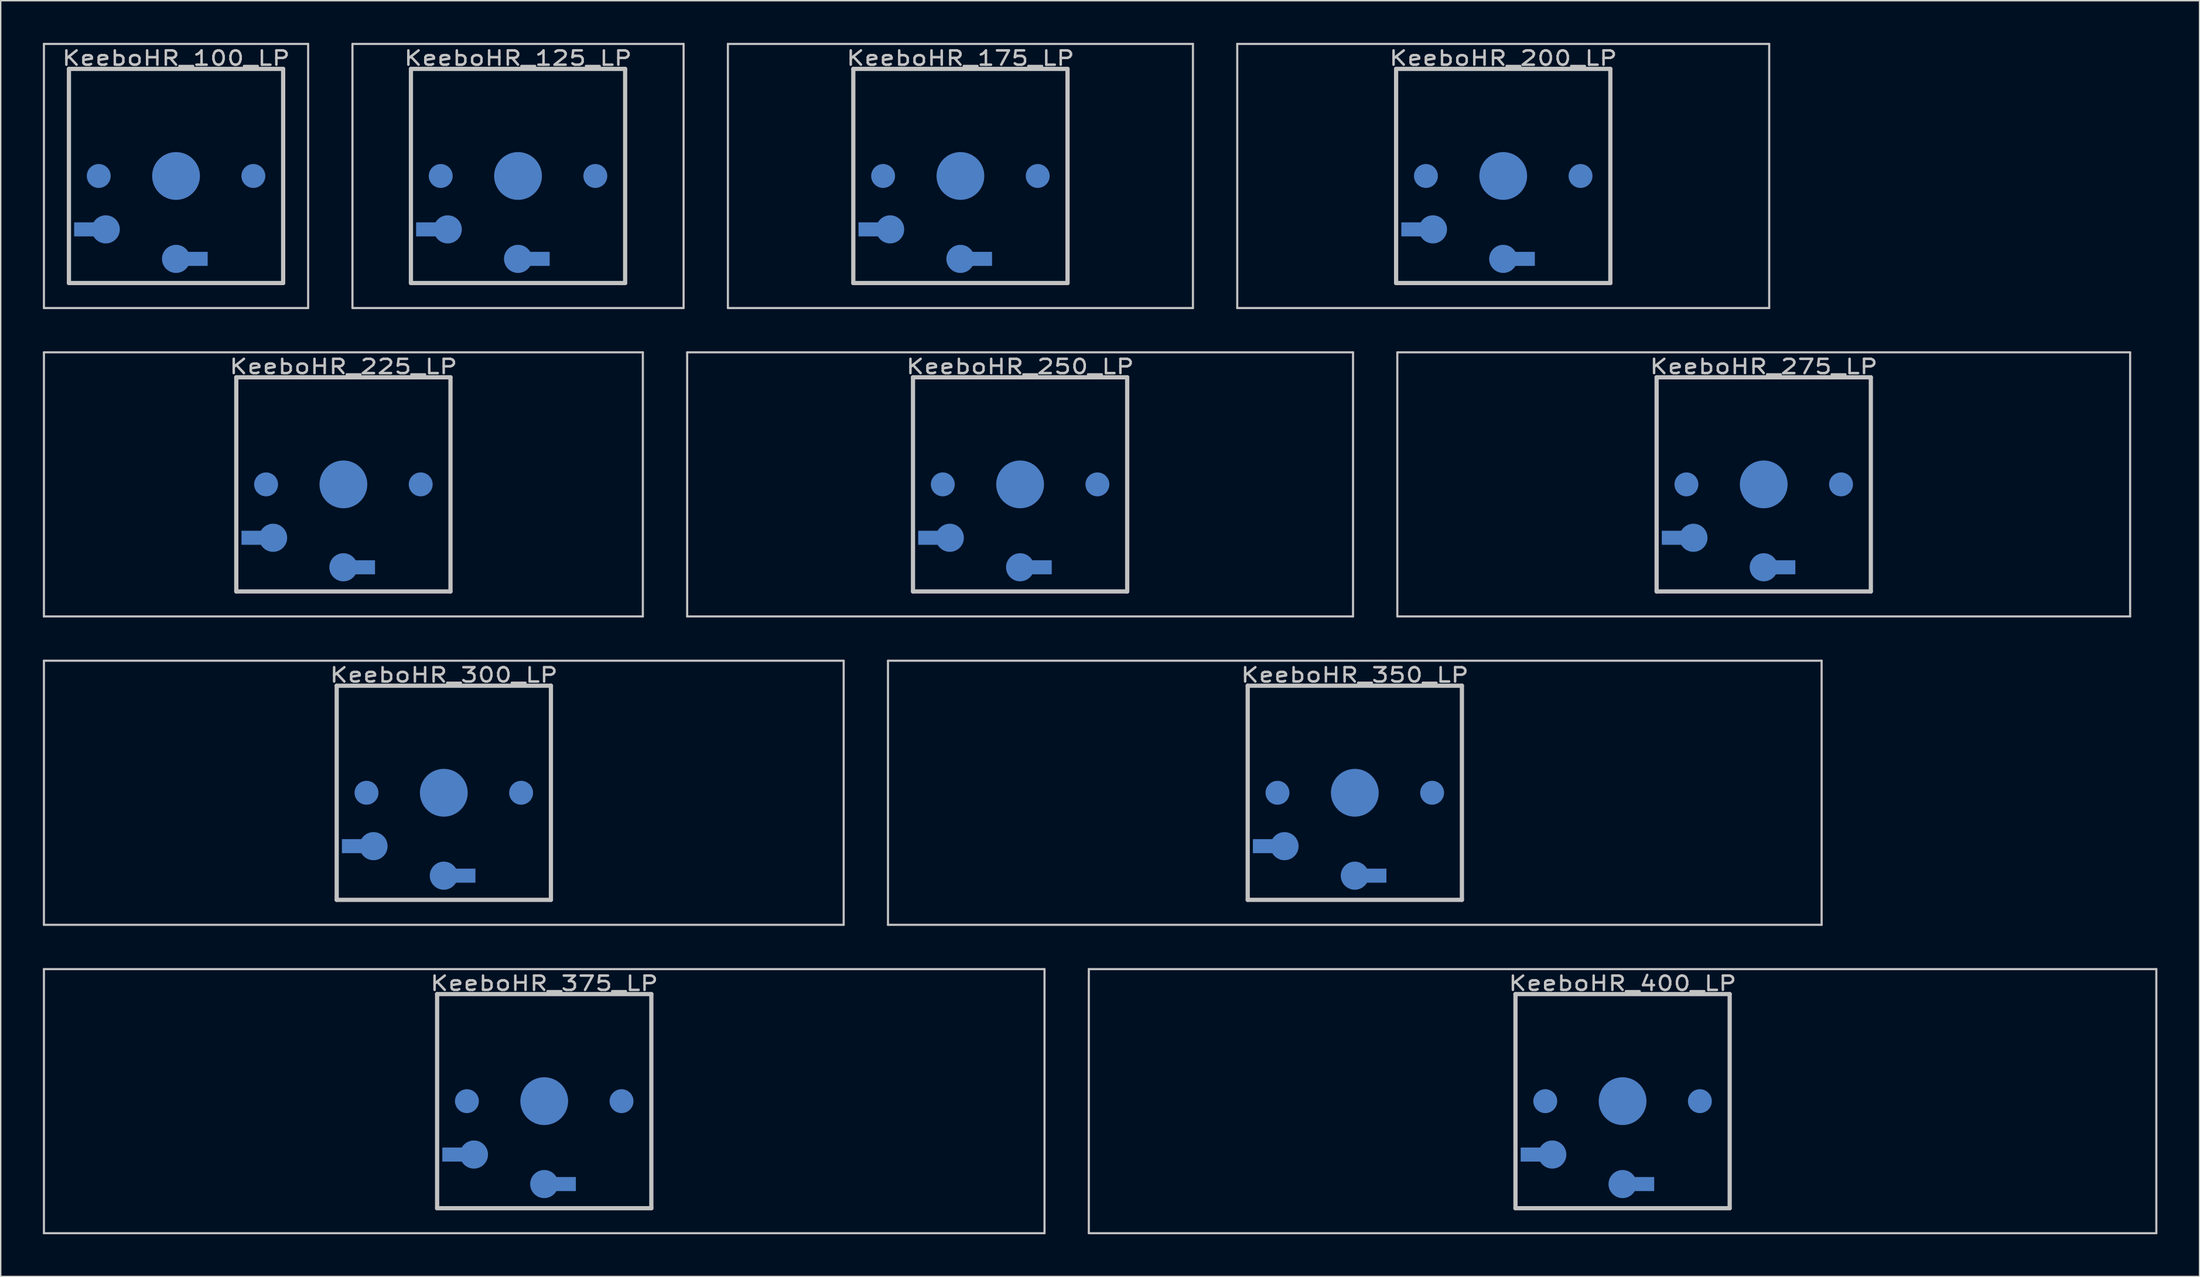
<source format=kicad_pcb>
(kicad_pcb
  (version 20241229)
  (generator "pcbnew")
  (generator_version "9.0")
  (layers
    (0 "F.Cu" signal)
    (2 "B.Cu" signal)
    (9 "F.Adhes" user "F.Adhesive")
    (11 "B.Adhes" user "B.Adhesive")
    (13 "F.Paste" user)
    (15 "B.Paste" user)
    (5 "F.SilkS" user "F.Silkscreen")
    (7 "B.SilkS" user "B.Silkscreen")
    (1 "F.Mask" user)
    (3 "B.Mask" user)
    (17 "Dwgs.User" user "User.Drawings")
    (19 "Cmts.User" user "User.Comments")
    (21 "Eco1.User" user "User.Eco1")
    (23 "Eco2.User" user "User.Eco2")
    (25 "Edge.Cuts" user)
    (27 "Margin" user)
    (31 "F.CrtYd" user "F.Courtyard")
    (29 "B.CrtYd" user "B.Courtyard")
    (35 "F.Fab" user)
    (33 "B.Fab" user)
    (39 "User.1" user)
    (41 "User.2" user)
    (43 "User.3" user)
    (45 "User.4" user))
  (footprint "KeeboHR_350_LP"
    (layer "B.Cu")
    (at 93.335 53.371)
    (property "Reference" "KeeboHR_350_LP" (at 0 -8.382 0) (layer "Dwgs.User") (effects (font (size 1.016 1.27) (thickness 0.178))))
    (attr through_hole)
    (fp_line (start -33.211 -9.398) (end 33.211 -9.398) (stroke (width 0.152) (type solid)) (layer "Dwgs.User"))
    (fp_line (start -33.211 9.398) (end -33.211 -9.398) (stroke (width 0.152) (type solid)) (layer "Dwgs.User"))
    (fp_line (start -7.62 -7.62) (end 7.62 -7.62) (stroke (width 0.3) (type solid)) (layer "Dwgs.User"))
    (fp_line (start -7.62 7.62) (end -7.62 -7.62) (stroke (width 0.3) (type solid)) (layer "Dwgs.User"))
    (fp_line (start 7.62 -7.62) (end 7.62 7.62) (stroke (width 0.3) (type solid)) (layer "Dwgs.User"))
    (fp_line (start 7.62 7.62) (end -7.62 7.62) (stroke (width 0.3) (type solid)) (layer "Dwgs.User"))
    (fp_line (start 33.211 -9.398) (end 33.211 9.398) (stroke (width 0.152) (type solid)) (layer "Dwgs.User"))
    (fp_line (start 33.211 9.398) (end -33.211 9.398) (stroke (width 0.152) (type solid)) (layer "Dwgs.User"))
    (pad "" smd circle (at -5.5 0) (size 1.7 1.7) (layers "B.Cu" "B.Mask"))
    (pad "" smd circle (at 0 0) (size 3.4 3.4) (layers "B.Cu" "B.Mask"))
    (pad "" smd circle (at 5.5 0) (size 1.7 1.7) (layers "B.Cu" "B.Mask"))
    (pad "1" smd circle (at 0 5.9) (size 2 2) (layers "B.Cu" "B.Mask"))
    (pad "1" smd rect (at 1.25 5.9) (size 2 1) (layers "B.Cu" "B.Mask"))
    (pad "2" smd rect (at -6.25 3.8) (size 2 1) (layers "B.Cu" "B.Mask"))
    (pad "2" smd circle (at -5 3.8) (size 2 2) (layers "B.Cu" "B.Mask")))
  (footprint "KeeboHR_275_LP"
    (layer "B.Cu")
    (at 122.427 31.423)
    (property "Reference" "KeeboHR_275_LP" (at 0 -8.382 0) (layer "Dwgs.User") (effects (font (size 1.016 1.27) (thickness 0.178))))
    (attr through_hole)
    (fp_line (start -26.067 -9.398) (end 26.067 -9.398) (stroke (width 0.152) (type solid)) (layer "Dwgs.User"))
    (fp_line (start -26.067 9.398) (end -26.067 -9.398) (stroke (width 0.152) (type solid)) (layer "Dwgs.User"))
    (fp_line (start -7.62 -7.62) (end 7.62 -7.62) (stroke (width 0.3) (type solid)) (layer "Dwgs.User"))
    (fp_line (start -7.62 7.62) (end -7.62 -7.62) (stroke (width 0.3) (type solid)) (layer "Dwgs.User"))
    (fp_line (start 7.62 -7.62) (end 7.62 7.62) (stroke (width 0.3) (type solid)) (layer "Dwgs.User"))
    (fp_line (start 7.62 7.62) (end -7.62 7.62) (stroke (width 0.3) (type solid)) (layer "Dwgs.User"))
    (fp_line (start 26.067 -9.398) (end 26.067 9.398) (stroke (width 0.152) (type solid)) (layer "Dwgs.User"))
    (fp_line (start 26.067 9.398) (end -26.067 9.398) (stroke (width 0.152) (type solid)) (layer "Dwgs.User"))
    (pad "" smd circle (at -5.5 0) (size 1.7 1.7) (layers "B.Cu" "B.Mask"))
    (pad "" smd circle (at 0 0) (size 3.4 3.4) (layers "B.Cu" "B.Mask"))
    (pad "" smd circle (at 5.5 0) (size 1.7 1.7) (layers "B.Cu" "B.Mask"))
    (pad "1" smd circle (at 0 5.9) (size 2 2) (layers "B.Cu" "B.Mask"))
    (pad "1" smd rect (at 1.25 5.9) (size 2 1) (layers "B.Cu" "B.Mask"))
    (pad "2" smd rect (at -6.25 3.8) (size 2 1) (layers "B.Cu" "B.Mask"))
    (pad "2" smd circle (at -5 3.8) (size 2 2) (layers "B.Cu" "B.Mask")))
  (footprint "KeeboHR_250_LP"
    (layer "B.Cu")
    (at 69.523 31.423)
    (property "Reference" "KeeboHR_250_LP" (at 0 -8.382 0) (layer "Dwgs.User") (effects (font (size 1.016 1.27) (thickness 0.178))))
    (attr through_hole)
    (fp_line (start -23.686 -9.398) (end 23.686 -9.398) (stroke (width 0.152) (type solid)) (layer "Dwgs.User"))
    (fp_line (start -23.686 9.398) (end -23.686 -9.398) (stroke (width 0.152) (type solid)) (layer "Dwgs.User"))
    (fp_line (start -7.62 -7.62) (end 7.62 -7.62) (stroke (width 0.3) (type solid)) (layer "Dwgs.User"))
    (fp_line (start -7.62 7.62) (end -7.62 -7.62) (stroke (width 0.3) (type solid)) (layer "Dwgs.User"))
    (fp_line (start 7.62 -7.62) (end 7.62 7.62) (stroke (width 0.3) (type solid)) (layer "Dwgs.User"))
    (fp_line (start 7.62 7.62) (end -7.62 7.62) (stroke (width 0.3) (type solid)) (layer "Dwgs.User"))
    (fp_line (start 23.686 -9.398) (end 23.686 9.398) (stroke (width 0.152) (type solid)) (layer "Dwgs.User"))
    (fp_line (start 23.686 9.398) (end -23.686 9.398) (stroke (width 0.152) (type solid)) (layer "Dwgs.User"))
    (pad "" smd circle (at -5.5 0) (size 1.7 1.7) (layers "B.Cu" "B.Mask"))
    (pad "" smd circle (at 0 0) (size 3.4 3.4) (layers "B.Cu" "B.Mask"))
    (pad "" smd circle (at 5.5 0) (size 1.7 1.7) (layers "B.Cu" "B.Mask"))
    (pad "1" smd circle (at 0 5.9) (size 2 2) (layers "B.Cu" "B.Mask"))
    (pad "1" smd rect (at 1.25 5.9) (size 2 1) (layers "B.Cu" "B.Mask"))
    (pad "2" smd rect (at -6.25 3.8) (size 2 1) (layers "B.Cu" "B.Mask"))
    (pad "2" smd circle (at -5 3.8) (size 2 2) (layers "B.Cu" "B.Mask")))
  (footprint "KeeboHR_125_LP"
    (layer "B.Cu")
    (at 33.804 9.474)
    (property "Reference" "KeeboHR_125_LP" (at 0 -8.382 0) (layer "Dwgs.User") (effects (font (size 1.016 1.27) (thickness 0.178))))
    (attr through_hole)
    (fp_line (start -11.779 -9.398) (end 11.779 -9.398) (stroke (width 0.152) (type solid)) (layer "Dwgs.User"))
    (fp_line (start -11.779 9.398) (end -11.779 -9.398) (stroke (width 0.152) (type solid)) (layer "Dwgs.User"))
    (fp_line (start -7.62 -7.62) (end 7.62 -7.62) (stroke (width 0.3) (type solid)) (layer "Dwgs.User"))
    (fp_line (start -7.62 7.62) (end -7.62 -7.62) (stroke (width 0.3) (type solid)) (layer "Dwgs.User"))
    (fp_line (start 7.62 -7.62) (end 7.62 7.62) (stroke (width 0.3) (type solid)) (layer "Dwgs.User"))
    (fp_line (start 7.62 7.62) (end -7.62 7.62) (stroke (width 0.3) (type solid)) (layer "Dwgs.User"))
    (fp_line (start 11.779 -9.398) (end 11.779 9.398) (stroke (width 0.152) (type solid)) (layer "Dwgs.User"))
    (fp_line (start 11.779 9.398) (end -11.779 9.398) (stroke (width 0.152) (type solid)) (layer "Dwgs.User"))
    (pad "" smd circle (at -5.5 0) (size 1.7 1.7) (layers "B.Cu" "B.Mask"))
    (pad "" smd circle (at 0 0) (size 3.4 3.4) (layers "B.Cu" "B.Mask"))
    (pad "" smd circle (at 5.5 0) (size 1.7 1.7) (layers "B.Cu" "B.Mask"))
    (pad "1" smd circle (at 0 5.9) (size 2 2) (layers "B.Cu" "B.Mask"))
    (pad "1" smd rect (at 1.25 5.9) (size 2 1) (layers "B.Cu" "B.Mask"))
    (pad "2" smd rect (at -6.25 3.8) (size 2 1) (layers "B.Cu" "B.Mask"))
    (pad "2" smd circle (at -5 3.8) (size 2 2) (layers "B.Cu" "B.Mask")))
  (footprint "KeeboHR_375_LP"
    (layer "B.Cu")
    (at 35.668 75.319)
    (property "Reference" "KeeboHR_375_LP" (at 0 -8.382 0) (layer "Dwgs.User") (effects (font (size 1.016 1.27) (thickness 0.178))))
    (attr through_hole)
    (fp_line (start -35.592 -9.398) (end 35.592 -9.398) (stroke (width 0.152) (type solid)) (layer "Dwgs.User"))
    (fp_line (start -35.592 9.398) (end -35.592 -9.398) (stroke (width 0.152) (type solid)) (layer "Dwgs.User"))
    (fp_line (start -7.62 -7.62) (end 7.62 -7.62) (stroke (width 0.3) (type solid)) (layer "Dwgs.User"))
    (fp_line (start -7.62 7.62) (end -7.62 -7.62) (stroke (width 0.3) (type solid)) (layer "Dwgs.User"))
    (fp_line (start 7.62 -7.62) (end 7.62 7.62) (stroke (width 0.3) (type solid)) (layer "Dwgs.User"))
    (fp_line (start 7.62 7.62) (end -7.62 7.62) (stroke (width 0.3) (type solid)) (layer "Dwgs.User"))
    (fp_line (start 35.592 -9.398) (end 35.592 9.398) (stroke (width 0.152) (type solid)) (layer "Dwgs.User"))
    (fp_line (start 35.592 9.398) (end -35.592 9.398) (stroke (width 0.152) (type solid)) (layer "Dwgs.User"))
    (pad "" smd circle (at -5.5 0) (size 1.7 1.7) (layers "B.Cu" "B.Mask"))
    (pad "" smd circle (at 0 0) (size 3.4 3.4) (layers "B.Cu" "B.Mask"))
    (pad "" smd circle (at 5.5 0) (size 1.7 1.7) (layers "B.Cu" "B.Mask"))
    (pad "1" smd circle (at 0 5.9) (size 2 2) (layers "B.Cu" "B.Mask"))
    (pad "1" smd rect (at 1.25 5.9) (size 2 1) (layers "B.Cu" "B.Mask"))
    (pad "2" smd rect (at -6.25 3.8) (size 2 1) (layers "B.Cu" "B.Mask"))
    (pad "2" smd circle (at -5 3.8) (size 2 2) (layers "B.Cu" "B.Mask")))
  (footprint "KeeboHR_300_LP"
    (layer "B.Cu")
    (at 28.524 53.371)
    (property "Reference" "KeeboHR_300_LP" (at 0 -8.382 0) (layer "Dwgs.User") (effects (font (size 1.016 1.27) (thickness 0.178))))
    (attr through_hole)
    (fp_line (start -28.448 -9.398) (end 28.448 -9.398) (stroke (width 0.152) (type solid)) (layer "Dwgs.User"))
    (fp_line (start -28.448 9.398) (end -28.448 -9.398) (stroke (width 0.152) (type solid)) (layer "Dwgs.User"))
    (fp_line (start -7.62 -7.62) (end 7.62 -7.62) (stroke (width 0.3) (type solid)) (layer "Dwgs.User"))
    (fp_line (start -7.62 7.62) (end -7.62 -7.62) (stroke (width 0.3) (type solid)) (layer "Dwgs.User"))
    (fp_line (start 7.62 -7.62) (end 7.62 7.62) (stroke (width 0.3) (type solid)) (layer "Dwgs.User"))
    (fp_line (start 7.62 7.62) (end -7.62 7.62) (stroke (width 0.3) (type solid)) (layer "Dwgs.User"))
    (fp_line (start 28.448 -9.398) (end 28.448 9.398) (stroke (width 0.152) (type solid)) (layer "Dwgs.User"))
    (fp_line (start 28.448 9.398) (end -28.448 9.398) (stroke (width 0.152) (type solid)) (layer "Dwgs.User"))
    (pad "" smd circle (at -5.5 0) (size 1.7 1.7) (layers "B.Cu" "B.Mask"))
    (pad "" smd circle (at 0 0) (size 3.4 3.4) (layers "B.Cu" "B.Mask"))
    (pad "" smd circle (at 5.5 0) (size 1.7 1.7) (layers "B.Cu" "B.Mask"))
    (pad "1" smd circle (at 0 5.9) (size 2 2) (layers "B.Cu" "B.Mask"))
    (pad "1" smd rect (at 1.25 5.9) (size 2 1) (layers "B.Cu" "B.Mask"))
    (pad "2" smd rect (at -6.25 3.8) (size 2 1) (layers "B.Cu" "B.Mask"))
    (pad "2" smd circle (at -5 3.8) (size 2 2) (layers "B.Cu" "B.Mask")))
  (footprint "KeeboHR_225_LP"
    (layer "B.Cu")
    (at 21.38 31.423)
    (property "Reference" "KeeboHR_225_LP" (at 0 -8.382 0) (layer "Dwgs.User") (effects (font (size 1.016 1.27) (thickness 0.178))))
    (attr through_hole)
    (fp_line (start -21.304 -9.398) (end 21.304 -9.398) (stroke (width 0.152) (type solid)) (layer "Dwgs.User"))
    (fp_line (start -21.304 9.398) (end -21.304 -9.398) (stroke (width 0.152) (type solid)) (layer "Dwgs.User"))
    (fp_line (start -7.62 -7.62) (end 7.62 -7.62) (stroke (width 0.3) (type solid)) (layer "Dwgs.User"))
    (fp_line (start -7.62 7.62) (end -7.62 -7.62) (stroke (width 0.3) (type solid)) (layer "Dwgs.User"))
    (fp_line (start 7.62 -7.62) (end 7.62 7.62) (stroke (width 0.3) (type solid)) (layer "Dwgs.User"))
    (fp_line (start 7.62 7.62) (end -7.62 7.62) (stroke (width 0.3) (type solid)) (layer "Dwgs.User"))
    (fp_line (start 21.304 -9.398) (end 21.304 9.398) (stroke (width 0.152) (type solid)) (layer "Dwgs.User"))
    (fp_line (start 21.304 9.398) (end -21.304 9.398) (stroke (width 0.152) (type solid)) (layer "Dwgs.User"))
    (pad "" smd circle (at -5.5 0) (size 1.7 1.7) (layers "B.Cu" "B.Mask"))
    (pad "" smd circle (at 0 0) (size 3.4 3.4) (layers "B.Cu" "B.Mask"))
    (pad "" smd circle (at 5.5 0) (size 1.7 1.7) (layers "B.Cu" "B.Mask"))
    (pad "1" smd circle (at 0 5.9) (size 2 2) (layers "B.Cu" "B.Mask"))
    (pad "1" smd rect (at 1.25 5.9) (size 2 1) (layers "B.Cu" "B.Mask"))
    (pad "2" smd rect (at -6.25 3.8) (size 2 1) (layers "B.Cu" "B.Mask"))
    (pad "2" smd circle (at -5 3.8) (size 2 2) (layers "B.Cu" "B.Mask")))
  (footprint "KeeboHR_400_LP"
    (layer "B.Cu")
    (at 112.385 75.319)
    (property "Reference" "KeeboHR_400_LP" (at 0 -8.382 0) (layer "Dwgs.User") (effects (font (size 1.016 1.27) (thickness 0.178))))
    (attr through_hole)
    (fp_line (start -37.973 -9.398) (end 37.973 -9.398) (stroke (width 0.152) (type solid)) (layer "Dwgs.User"))
    (fp_line (start -37.973 9.398) (end -37.973 -9.398) (stroke (width 0.152) (type solid)) (layer "Dwgs.User"))
    (fp_line (start -7.62 -7.62) (end 7.62 -7.62) (stroke (width 0.3) (type solid)) (layer "Dwgs.User"))
    (fp_line (start -7.62 7.62) (end -7.62 -7.62) (stroke (width 0.3) (type solid)) (layer "Dwgs.User"))
    (fp_line (start 7.62 -7.62) (end 7.62 7.62) (stroke (width 0.3) (type solid)) (layer "Dwgs.User"))
    (fp_line (start 7.62 7.62) (end -7.62 7.62) (stroke (width 0.3) (type solid)) (layer "Dwgs.User"))
    (fp_line (start 37.973 -9.398) (end 37.973 9.398) (stroke (width 0.152) (type solid)) (layer "Dwgs.User"))
    (fp_line (start 37.973 9.398) (end -37.973 9.398) (stroke (width 0.152) (type solid)) (layer "Dwgs.User"))
    (pad "" smd circle (at -5.5 0) (size 1.7 1.7) (layers "B.Cu" "B.Mask"))
    (pad "" smd circle (at 0 0) (size 3.4 3.4) (layers "B.Cu" "B.Mask"))
    (pad "" smd circle (at 5.5 0) (size 1.7 1.7) (layers "B.Cu" "B.Mask"))
    (pad "1" smd circle (at 0 5.9) (size 2 2) (layers "B.Cu" "B.Mask"))
    (pad "1" smd rect (at 1.25 5.9) (size 2 1) (layers "B.Cu" "B.Mask"))
    (pad "2" smd rect (at -6.25 3.8) (size 2 1) (layers "B.Cu" "B.Mask"))
    (pad "2" smd circle (at -5 3.8) (size 2 2) (layers "B.Cu" "B.Mask")))
  (footprint "KeeboHR_100_LP"
    (layer "B.Cu")
    (at 9.474 9.474)
    (property "Reference" "KeeboHR_100_LP" (at 0 -8.382 0) (layer "Dwgs.User") (effects (font (size 1.016 1.27) (thickness 0.178))))
    (attr through_hole)
    (fp_line (start -9.398 -9.398) (end 9.398 -9.398) (stroke (width 0.152) (type solid)) (layer "Dwgs.User"))
    (fp_line (start -9.398 9.398) (end -9.398 -9.398) (stroke (width 0.152) (type solid)) (layer "Dwgs.User"))
    (fp_line (start -7.62 -7.62) (end 7.62 -7.62) (stroke (width 0.3) (type solid)) (layer "Dwgs.User"))
    (fp_line (start -7.62 7.62) (end -7.62 -7.62) (stroke (width 0.3) (type solid)) (layer "Dwgs.User"))
    (fp_line (start 7.62 -7.62) (end 7.62 7.62) (stroke (width 0.3) (type solid)) (layer "Dwgs.User"))
    (fp_line (start 7.62 7.62) (end -7.62 7.62) (stroke (width 0.3) (type solid)) (layer "Dwgs.User"))
    (fp_line (start 9.398 -9.398) (end 9.398 9.398) (stroke (width 0.152) (type solid)) (layer "Dwgs.User"))
    (fp_line (start 9.398 9.398) (end -9.398 9.398) (stroke (width 0.152) (type solid)) (layer "Dwgs.User"))
    (pad "" smd circle (at -5.5 0) (size 1.7 1.7) (layers "B.Cu" "B.Mask"))
    (pad "" smd circle (at 0 0) (size 3.4 3.4) (layers "B.Cu" "B.Mask"))
    (pad "" smd circle (at 5.5 0) (size 1.7 1.7) (layers "B.Cu" "B.Mask"))
    (pad "1" smd circle (at 0 5.9) (size 2 2) (layers "B.Cu" "B.Mask"))
    (pad "1" smd rect (at 1.25 5.9) (size 2 1) (layers "B.Cu" "B.Mask"))
    (pad "2" smd rect (at -6.25 3.8) (size 2 1) (layers "B.Cu" "B.Mask"))
    (pad "2" smd circle (at -5 3.8) (size 2 2) (layers "B.Cu" "B.Mask")))
  (footprint "KeeboHR_175_LP"
    (layer "B.Cu")
    (at 65.277 9.474)
    (property "Reference" "KeeboHR_175_LP" (at 0 -8.382 0) (layer "Dwgs.User") (effects (font (size 1.016 1.27) (thickness 0.178))))
    (attr through_hole)
    (fp_line (start -16.542 -9.398) (end 16.542 -9.398) (stroke (width 0.152) (type solid)) (layer "Dwgs.User"))
    (fp_line (start -16.542 9.398) (end -16.542 -9.398) (stroke (width 0.152) (type solid)) (layer "Dwgs.User"))
    (fp_line (start -7.62 -7.62) (end 7.62 -7.62) (stroke (width 0.3) (type solid)) (layer "Dwgs.User"))
    (fp_line (start -7.62 7.62) (end -7.62 -7.62) (stroke (width 0.3) (type solid)) (layer "Dwgs.User"))
    (fp_line (start 7.62 -7.62) (end 7.62 7.62) (stroke (width 0.3) (type solid)) (layer "Dwgs.User"))
    (fp_line (start 7.62 7.62) (end -7.62 7.62) (stroke (width 0.3) (type solid)) (layer "Dwgs.User"))
    (fp_line (start 16.542 -9.398) (end 16.542 9.398) (stroke (width 0.152) (type solid)) (layer "Dwgs.User"))
    (fp_line (start 16.542 9.398) (end -16.542 9.398) (stroke (width 0.152) (type solid)) (layer "Dwgs.User"))
    (pad "" smd circle (at -5.5 0) (size 1.7 1.7) (layers "B.Cu" "B.Mask"))
    (pad "" smd circle (at 0 0) (size 3.4 3.4) (layers "B.Cu" "B.Mask"))
    (pad "" smd circle (at 5.5 0) (size 1.7 1.7) (layers "B.Cu" "B.Mask"))
    (pad "1" smd circle (at 0 5.9) (size 2 2) (layers "B.Cu" "B.Mask"))
    (pad "1" smd rect (at 1.25 5.9) (size 2 1) (layers "B.Cu" "B.Mask"))
    (pad "2" smd rect (at -6.25 3.8) (size 2 1) (layers "B.Cu" "B.Mask"))
    (pad "2" smd circle (at -5 3.8) (size 2 2) (layers "B.Cu" "B.Mask")))
  (footprint "KeeboHR_200_LP"
    (layer "B.Cu")
    (at 103.894 9.474)
    (property "Reference" "KeeboHR_200_LP" (at 0 -8.382 0) (layer "Dwgs.User") (effects (font (size 1.016 1.27) (thickness 0.178))))
    (attr through_hole)
    (fp_line (start -18.923 -9.398) (end 18.923 -9.398) (stroke (width 0.152) (type solid)) (layer "Dwgs.User"))
    (fp_line (start -18.923 9.398) (end -18.923 -9.398) (stroke (width 0.152) (type solid)) (layer "Dwgs.User"))
    (fp_line (start -7.62 -7.62) (end 7.62 -7.62) (stroke (width 0.3) (type solid)) (layer "Dwgs.User"))
    (fp_line (start -7.62 7.62) (end -7.62 -7.62) (stroke (width 0.3) (type solid)) (layer "Dwgs.User"))
    (fp_line (start 7.62 -7.62) (end 7.62 7.62) (stroke (width 0.3) (type solid)) (layer "Dwgs.User"))
    (fp_line (start 7.62 7.62) (end -7.62 7.62) (stroke (width 0.3) (type solid)) (layer "Dwgs.User"))
    (fp_line (start 18.923 -9.398) (end 18.923 9.398) (stroke (width 0.152) (type solid)) (layer "Dwgs.User"))
    (fp_line (start 18.923 9.398) (end -18.923 9.398) (stroke (width 0.152) (type solid)) (layer "Dwgs.User"))
    (pad "" smd circle (at -5.5 0) (size 1.7 1.7) (layers "B.Cu" "B.Mask"))
    (pad "" smd circle (at 0 0) (size 3.4 3.4) (layers "B.Cu" "B.Mask"))
    (pad "" smd circle (at 5.5 0) (size 1.7 1.7) (layers "B.Cu" "B.Mask"))
    (pad "1" smd circle (at 0 5.9) (size 2 2) (layers "B.Cu" "B.Mask"))
    (pad "1" smd rect (at 1.25 5.9) (size 2 1) (layers "B.Cu" "B.Mask"))
    (pad "2" smd rect (at -6.25 3.8) (size 2 1) (layers "B.Cu" "B.Mask"))
    (pad "2" smd circle (at -5 3.8) (size 2 2) (layers "B.Cu" "B.Mask")))
  (gr_rect
    (start -3 -3)
    (end 153.434 87.794)
    (stroke (width 0.1) (type default))
    (fill no)
    (layer "Edge.Cuts")))
</source>
